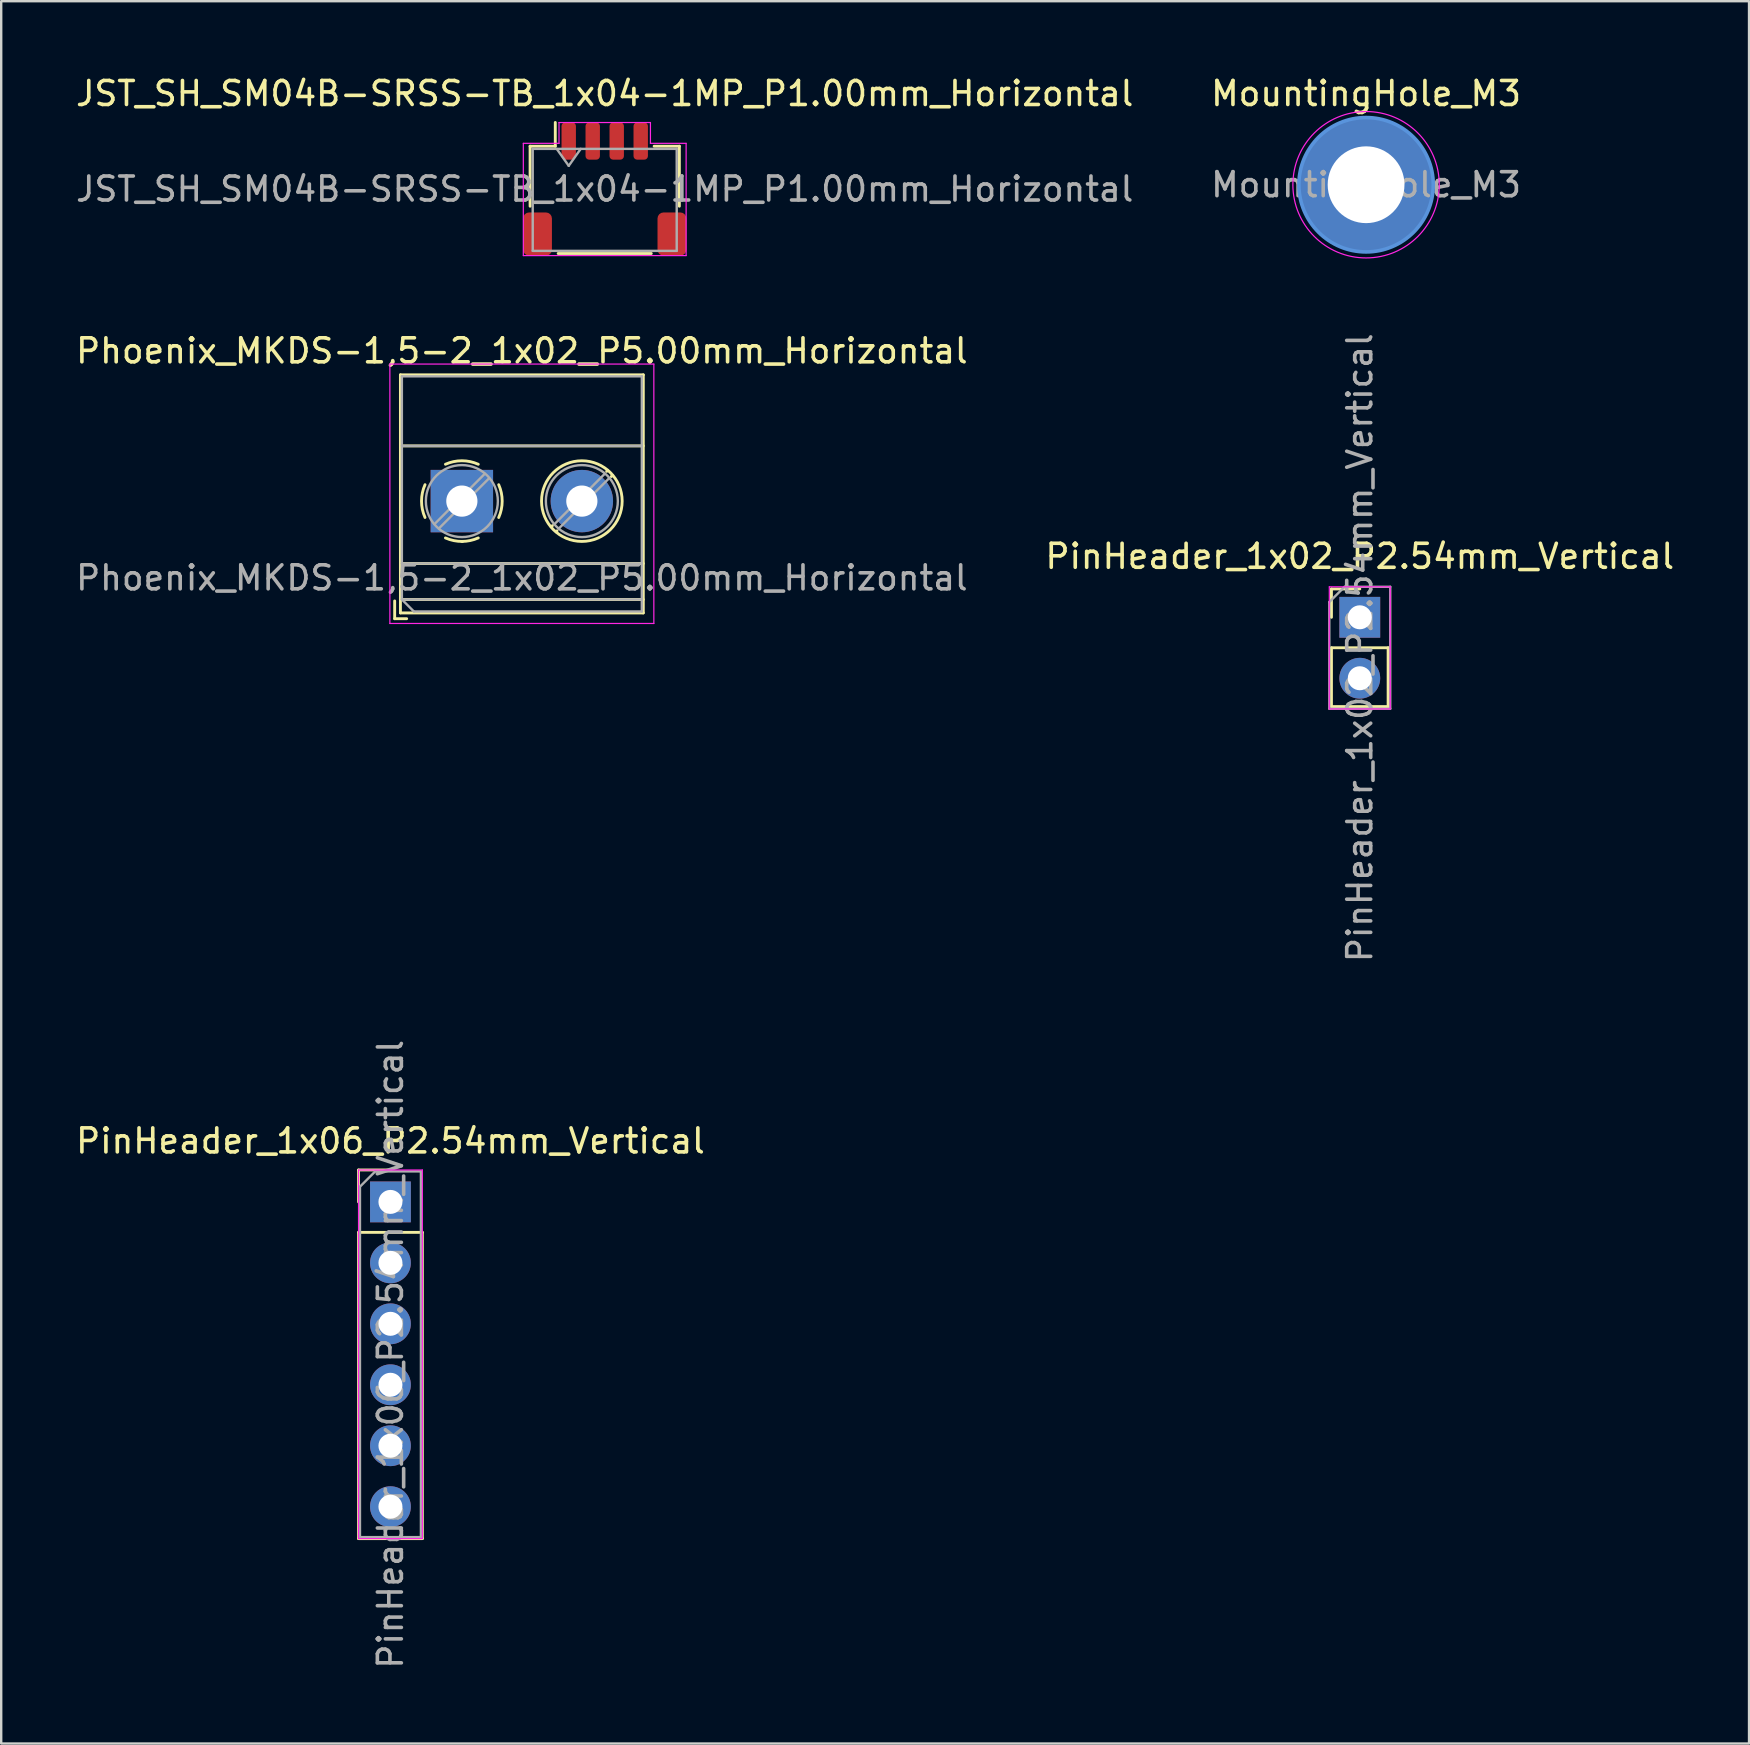
<source format=kicad_pcb>
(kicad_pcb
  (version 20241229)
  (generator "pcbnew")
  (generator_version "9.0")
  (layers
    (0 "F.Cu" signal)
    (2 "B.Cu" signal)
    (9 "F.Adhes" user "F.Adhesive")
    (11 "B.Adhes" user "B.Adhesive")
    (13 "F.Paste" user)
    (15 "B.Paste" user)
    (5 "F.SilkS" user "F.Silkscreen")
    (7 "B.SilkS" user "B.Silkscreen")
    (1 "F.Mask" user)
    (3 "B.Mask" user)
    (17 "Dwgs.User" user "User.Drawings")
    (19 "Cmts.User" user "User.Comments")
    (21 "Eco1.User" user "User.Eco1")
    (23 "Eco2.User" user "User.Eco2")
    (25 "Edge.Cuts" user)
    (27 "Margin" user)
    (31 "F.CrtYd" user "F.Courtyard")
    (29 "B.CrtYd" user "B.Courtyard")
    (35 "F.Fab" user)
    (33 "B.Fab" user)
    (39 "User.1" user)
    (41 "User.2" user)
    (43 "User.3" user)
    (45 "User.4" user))
  (footprint "JST_SH_SM04B-SRSS-TB_1x04-1MP_P1.00mm_Horizontal"
    (layer "F.Cu")
    (at 22.149 4.828)
    (property "Reference" "JST_SH_SM04B-SRSS-TB_1x04-1MP_P1.00mm_Horizontal" (at 0 -3.98 180) (layer "F.SilkS") (effects (font (size 1 1) (thickness 0.15))))
    (attr smd)
    (fp_line (start -3.11 -1.785) (end -2.06 -1.785) (stroke (width 0.12) (type solid)) (layer "F.SilkS"))
    (fp_line (start -3.11 0.715) (end -3.11 -1.785) (stroke (width 0.12) (type solid)) (layer "F.SilkS"))
    (fp_line (start -2.06 -1.785) (end -2.06 -2.775) (stroke (width 0.12) (type solid)) (layer "F.SilkS"))
    (fp_line (start -1.94 2.685) (end 1.94 2.685) (stroke (width 0.12) (type solid)) (layer "F.SilkS"))
    (fp_line (start 3.11 -1.785) (end 2.06 -1.785) (stroke (width 0.12) (type solid)) (layer "F.SilkS"))
    (fp_line (start 3.11 0.715) (end 3.11 -1.785) (stroke (width 0.12) (type solid)) (layer "F.SilkS"))
    (fp_line (start -3.392 -1.905) (end -3.392 2.772) (stroke (width 0.05) (type solid)) (layer "F.CrtYd"))
    (fp_line (start -3.392 2.772) (end 3.392 2.772) (stroke (width 0.05) (type solid)) (layer "F.CrtYd"))
    (fp_line (start -1.905 -2.772) (end -1.905 -1.905) (stroke (width 0.05) (type solid)) (layer "F.CrtYd"))
    (fp_line (start -1.905 -1.905) (end -3.392 -1.905) (stroke (width 0.05) (type solid)) (layer "F.CrtYd"))
    (fp_line (start 1.905 -2.772) (end -1.905 -2.772) (stroke (width 0.05) (type solid)) (layer "F.CrtYd"))
    (fp_line (start 1.905 -2.772) (end 1.905 -1.905) (stroke (width 0.05) (type solid)) (layer "F.CrtYd"))
    (fp_line (start 1.905 -1.905) (end 3.392 -1.905) (stroke (width 0.05) (type solid)) (layer "F.CrtYd"))
    (fp_line (start 3.392 2.772) (end 3.392 -1.905) (stroke (width 0.05) (type solid)) (layer "F.CrtYd"))
    (fp_line (start -3 -1.675) (end -3 2.575) (stroke (width 0.1) (type solid)) (layer "F.Fab"))
    (fp_line (start -3 -1.675) (end 3 -1.675) (stroke (width 0.1) (type solid)) (layer "F.Fab"))
    (fp_line (start -3 2.575) (end 3 2.575) (stroke (width 0.1) (type solid)) (layer "F.Fab"))
    (fp_line (start -2 -1.675) (end -1.5 -0.968) (stroke (width 0.1) (type solid)) (layer "F.Fab"))
    (fp_line (start -1.5 -0.968) (end -1 -1.675) (stroke (width 0.1) (type solid)) (layer "F.Fab"))
    (fp_line (start 3 -1.675) (end 3 2.575) (stroke (width 0.1) (type solid)) (layer "F.Fab"))
    (fp_text user "${REFERENCE}" (at 0 0 180) (layer "F.Fab") (effects (font (size 1 1) (thickness 0.15))))
    (pad "1" smd roundrect (at -1.5 -2) (size 0.6 1.55) (layers "F.Cu" "F.Mask" "F.Paste") (roundrect_rratio 0.25))
    (pad "2" smd roundrect (at -0.5 -2) (size 0.6 1.55) (layers "F.Cu" "F.Mask" "F.Paste") (roundrect_rratio 0.25))
    (pad "3" smd roundrect (at 0.5 -2) (size 0.6 1.55) (layers "F.Cu" "F.Mask" "F.Paste") (roundrect_rratio 0.25))
    (pad "4" smd roundrect (at 1.5 -2) (size 0.6 1.55) (layers "F.Cu" "F.Mask" "F.Paste") (roundrect_rratio 0.25))
    (pad "MP" smd roundrect (at -2.8 1.875) (size 1.2 1.8) (layers "F.Cu" "F.Mask" "F.Paste") (roundrect_rratio 0.208))
    (pad "MP" smd roundrect (at 2.8 1.875) (size 1.2 1.8) (layers "F.Cu" "F.Mask" "F.Paste") (roundrect_rratio 0.208)))
  (footprint "PinHeader_1x06_P2.54mm_Vertical"
    (layer "F.Cu")
    (at 13.22 47.034)
    (property "Reference" "PinHeader_1x06_P2.54mm_Vertical" (at 0 -2.54 0) (layer "F.SilkS") (effects (font (size 1 1) (thickness 0.15))))
    (attr through_hole)
    (fp_line (start -1.33 -1.33) (end 0 -1.33) (stroke (width 0.12) (type solid)) (layer "F.SilkS"))
    (fp_line (start -1.33 0) (end -1.33 -1.33) (stroke (width 0.12) (type solid)) (layer "F.SilkS"))
    (fp_line (start -1.33 1.27) (end -1.33 14.03) (stroke (width 0.12) (type solid)) (layer "F.SilkS"))
    (fp_line (start -1.33 1.27) (end 1.33 1.27) (stroke (width 0.12) (type solid)) (layer "F.SilkS"))
    (fp_line (start -1.33 14.03) (end 1.33 14.03) (stroke (width 0.12) (type solid)) (layer "F.SilkS"))
    (fp_line (start 1.33 1.27) (end 1.33 14.03) (stroke (width 0.12) (type solid)) (layer "F.SilkS"))
    (fp_line (start -1.33 -1.33) (end -1.33 14.03) (stroke (width 0.05) (type solid)) (layer "F.CrtYd"))
    (fp_line (start -1.33 14.03) (end 1.33 14.03) (stroke (width 0.05) (type solid)) (layer "F.CrtYd"))
    (fp_line (start 1.33 -1.33) (end -1.33 -1.33) (stroke (width 0.05) (type solid)) (layer "F.CrtYd"))
    (fp_line (start 1.33 14.03) (end 1.33 -1.33) (stroke (width 0.05) (type solid)) (layer "F.CrtYd"))
    (fp_line (start -1.27 -0.635) (end -0.635 -1.27) (stroke (width 0.1) (type solid)) (layer "F.Fab"))
    (fp_line (start -1.27 13.97) (end -1.27 -0.635) (stroke (width 0.1) (type solid)) (layer "F.Fab"))
    (fp_line (start -0.635 -1.27) (end 1.27 -1.27) (stroke (width 0.1) (type solid)) (layer "F.Fab"))
    (fp_line (start 1.27 -1.27) (end 1.27 13.97) (stroke (width 0.1) (type solid)) (layer "F.Fab"))
    (fp_line (start 1.27 13.97) (end -1.27 13.97) (stroke (width 0.1) (type solid)) (layer "F.Fab"))
    (fp_text user "${REFERENCE}" (at 0 6.35 90) (layer "F.Fab") (effects (font (size 1 1) (thickness 0.15))))
    (pad "1" thru_hole rect (at 0 0) (size 1.7 1.7) (drill 1) (layers "*.Cu" "*.Mask"))
    (pad "2" thru_hole oval (at 0 2.54) (size 1.7 1.7) (drill 1) (layers "*.Cu" "*.Mask"))
    (pad "3" thru_hole oval (at 0 5.08) (size 1.7 1.7) (drill 1) (layers "*.Cu" "*.Mask"))
    (pad "4" thru_hole oval (at 0 7.62) (size 1.7 1.7) (drill 1) (layers "*.Cu" "*.Mask"))
    (pad "5" thru_hole oval (at 0 10.16) (size 1.7 1.7) (drill 1) (layers "*.Cu" "*.Mask"))
    (pad "6" thru_hole oval (at 0 12.7) (size 1.7 1.7) (drill 1) (layers "*.Cu" "*.Mask")))
  (footprint "Phoenix_MKDS-1,5-2_1x02_P5.00mm_Horizontal"
    (layer "F.Cu")
    (at 16.196 17.831)
    (property "Reference" "Phoenix_MKDS-1,5-2_1x02_P5.00mm_Horizontal" (at 2.5 -6.26 0) (layer "F.SilkS") (effects (font (size 1 1) (thickness 0.15))))
    (attr through_hole)
    (fp_line (start -2.8 4.16) (end -2.8 4.9) (stroke (width 0.12) (type solid)) (layer "F.SilkS"))
    (fp_line (start -2.8 4.9) (end -2.3 4.9) (stroke (width 0.12) (type solid)) (layer "F.SilkS"))
    (fp_line (start -2.56 -5.261) (end -2.56 4.66) (stroke (width 0.12) (type solid)) (layer "F.SilkS"))
    (fp_line (start -2.56 -5.261) (end 7.56 -5.261) (stroke (width 0.12) (type solid)) (layer "F.SilkS"))
    (fp_line (start -2.56 -2.301) (end 7.56 -2.301) (stroke (width 0.12) (type solid)) (layer "F.SilkS"))
    (fp_line (start -2.56 2.6) (end 7.56 2.6) (stroke (width 0.12) (type solid)) (layer "F.SilkS"))
    (fp_line (start -2.56 4.1) (end 7.56 4.1) (stroke (width 0.12) (type solid)) (layer "F.SilkS"))
    (fp_line (start -2.56 4.66) (end 7.56 4.66) (stroke (width 0.12) (type solid)) (layer "F.SilkS"))
    (fp_line (start 3.773 1.023) (end 3.726 1.069) (stroke (width 0.12) (type solid)) (layer "F.SilkS"))
    (fp_line (start 3.966 1.239) (end 3.931 1.274) (stroke (width 0.12) (type solid)) (layer "F.SilkS"))
    (fp_line (start 6.07 -1.275) (end 6.035 -1.239) (stroke (width 0.12) (type solid)) (layer "F.SilkS"))
    (fp_line (start 6.275 -1.069) (end 6.228 -1.023) (stroke (width 0.12) (type solid)) (layer "F.SilkS"))
    (fp_line (start 7.56 -5.261) (end 7.56 4.66) (stroke (width 0.12) (type solid)) (layer "F.SilkS"))
    (fp_arc (start -1.535427 0.683042) (mid -1.680501 -0.000524) (end -1.535 -0.684) (stroke (width 0.12) (type solid)) (layer "F.SilkS"))
    (fp_arc (start -0.683042 -1.535427) (mid 0.000524 -1.680501) (end 0.684 -1.535) (stroke (width 0.12) (type solid)) (layer "F.SilkS"))
    (fp_arc (start 0.028805 1.680253) (mid -0.335551 1.646659) (end -0.684 1.535) (stroke (width 0.12) (type solid)) (layer "F.SilkS"))
    (fp_arc (start 0.683318 1.534756) (mid 0.349292 1.643288) (end 0 1.68) (stroke (width 0.12) (type solid)) (layer "F.SilkS"))
    (fp_arc (start 1.535427 -0.683042) (mid 1.680501 0.000524) (end 1.535 0.684) (stroke (width 0.12) (type solid)) (layer "F.SilkS"))
    (fp_circle (center 5 0) (end 6.68 0) (stroke (width 0.12) (type solid)) (fill no) (layer "F.SilkS"))
    (fp_line (start -3 -5.71) (end -3 5.1) (stroke (width 0.05) (type solid)) (layer "F.CrtYd"))
    (fp_line (start -3 5.1) (end 8 5.1) (stroke (width 0.05) (type solid)) (layer "F.CrtYd"))
    (fp_line (start 8 -5.71) (end -3 -5.71) (stroke (width 0.05) (type solid)) (layer "F.CrtYd"))
    (fp_line (start 8 5.1) (end 8 -5.71) (stroke (width 0.05) (type solid)) (layer "F.CrtYd"))
    (fp_line (start -2.5 -5.2) (end 7.5 -5.2) (stroke (width 0.1) (type solid)) (layer "F.Fab"))
    (fp_line (start -2.5 -2.3) (end 7.5 -2.3) (stroke (width 0.1) (type solid)) (layer "F.Fab"))
    (fp_line (start -2.5 2.6) (end 7.5 2.6) (stroke (width 0.1) (type solid)) (layer "F.Fab"))
    (fp_line (start -2.5 4.1) (end -2.5 -5.2) (stroke (width 0.1) (type solid)) (layer "F.Fab"))
    (fp_line (start -2.5 4.1) (end 7.5 4.1) (stroke (width 0.1) (type solid)) (layer "F.Fab"))
    (fp_line (start -2 4.6) (end -2.5 4.1) (stroke (width 0.1) (type solid)) (layer "F.Fab"))
    (fp_line (start 0.955 -1.138) (end -1.138 0.955) (stroke (width 0.1) (type solid)) (layer "F.Fab"))
    (fp_line (start 1.138 -0.955) (end -0.955 1.138) (stroke (width 0.1) (type solid)) (layer "F.Fab"))
    (fp_line (start 5.955 -1.138) (end 3.863 0.955) (stroke (width 0.1) (type solid)) (layer "F.Fab"))
    (fp_line (start 6.138 -0.955) (end 4.046 1.138) (stroke (width 0.1) (type solid)) (layer "F.Fab"))
    (fp_line (start 7.5 -5.2) (end 7.5 4.6) (stroke (width 0.1) (type solid)) (layer "F.Fab"))
    (fp_line (start 7.5 4.6) (end -2 4.6) (stroke (width 0.1) (type solid)) (layer "F.Fab"))
    (fp_circle (center 0 0) (end 1.5 0) (stroke (width 0.1) (type solid)) (fill no) (layer "F.Fab"))
    (fp_circle (center 5 0) (end 6.5 0) (stroke (width 0.1) (type solid)) (fill no) (layer "F.Fab"))
    (fp_text user "${REFERENCE}" (at 2.5 3.2 0) (layer "F.Fab") (effects (font (size 1 1) (thickness 0.15))))
    (pad "1" thru_hole rect (at 0 0) (size 2.6 2.6) (drill 1.3) (layers "*.Cu" "*.Mask"))
    (pad "2" thru_hole circle (at 5 0) (size 2.6 2.6) (drill 1.3) (layers "*.Cu" "*.Mask")))
  (footprint "MountingHole_M3"
    (layer "F.Cu")
    (at 53.875 4.648)
    (property "Reference" "MountingHole_M3" (at 0 -3.8 0) (layer "F.SilkS") (effects (font (size 1 1) (thickness 0.15))))
    (attr exclude_from_pos_files exclude_from_bom)
    (fp_circle (center 0 0) (end 2.8 0) (stroke (width 0.15) (type solid)) (fill no) (layer "Cmts.User"))
    (fp_circle (center 0 0) (end 3.05 0) (stroke (width 0.05) (type solid)) (fill no) (layer "F.CrtYd"))
    (fp_text user "${REFERENCE}" (at 0 0 0) (layer "F.Fab") (effects (font (size 1 1) (thickness 0.15))))
    (pad "1" thru_hole circle (at 0 0) (size 3.6 3.6) (drill 3.2) (layers "*.Cu" "*.Mask"))
    (pad "1" connect circle (at 0 0) (size 5.6 5.6) (layers "F.Cu" "F.Mask"))
    (pad "1" connect circle (at 0 0) (size 5.6 5.6) (layers "B.Cu" "B.Mask")))
  (footprint "PinHeader_1x02_P2.54mm_Vertical"
    (layer "F.Cu")
    (at 53.613 22.673)
    (property "Reference" "PinHeader_1x02_P2.54mm_Vertical" (at 0 -2.54 0) (layer "F.SilkS") (effects (font (size 1 1) (thickness 0.15))))
    (attr through_hole)
    (fp_line (start -1.181 -1.181) (end 0 -1.181) (stroke (width 0.12) (type solid)) (layer "F.SilkS"))
    (fp_line (start -1.181 0) (end -1.181 -1.181) (stroke (width 0.12) (type solid)) (layer "F.SilkS"))
    (fp_line (start -1.181 1.27) (end -1.181 3.721) (stroke (width 0.12) (type solid)) (layer "F.SilkS"))
    (fp_line (start -1.181 1.27) (end 1.181 1.27) (stroke (width 0.12) (type solid)) (layer "F.SilkS"))
    (fp_line (start -1.181 3.721) (end 1.181 3.721) (stroke (width 0.12) (type solid)) (layer "F.SilkS"))
    (fp_line (start 1.181 1.27) (end 1.181 3.721) (stroke (width 0.12) (type solid)) (layer "F.SilkS"))
    (fp_line (start -1.27 -1.27) (end -1.27 3.82) (stroke (width 0.05) (type solid)) (layer "F.CrtYd"))
    (fp_line (start -1.27 3.82) (end 1.27 3.82) (stroke (width 0.05) (type solid)) (layer "F.CrtYd"))
    (fp_line (start 1.27 -1.27) (end -1.27 -1.27) (stroke (width 0.05) (type solid)) (layer "F.CrtYd"))
    (fp_line (start 1.27 3.82) (end 1.27 -1.27) (stroke (width 0.05) (type solid)) (layer "F.CrtYd"))
    (fp_line (start -1.27 -0.635) (end -0.635 -1.27) (stroke (width 0.1) (type solid)) (layer "F.Fab"))
    (fp_line (start -1.27 3.81) (end -1.27 -0.635) (stroke (width 0.1) (type solid)) (layer "F.Fab"))
    (fp_line (start -0.635 -1.27) (end 1.27 -1.27) (stroke (width 0.1) (type solid)) (layer "F.Fab"))
    (fp_line (start 1.27 -1.27) (end 1.27 3.81) (stroke (width 0.1) (type solid)) (layer "F.Fab"))
    (fp_line (start 1.27 3.81) (end -1.27 3.81) (stroke (width 0.1) (type solid)) (layer "F.Fab"))
    (fp_text user "${REFERENCE}" (at 0 1.27 90) (layer "F.Fab") (effects (font (size 1 1) (thickness 0.15))))
    (pad "1" thru_hole rect (at 0 0) (size 1.7 1.7) (drill 1) (layers "*.Cu" "*.Mask"))
    (pad "2" thru_hole oval (at 0 2.54) (size 1.7 1.7) (drill 1) (layers "*.Cu" "*.Mask")))
  (gr_rect
    (start -3 -3)
    (end 69.833 69.604)
    (stroke (width 0.1) (type default))
    (fill no)
    (layer "Edge.Cuts")))
</source>
